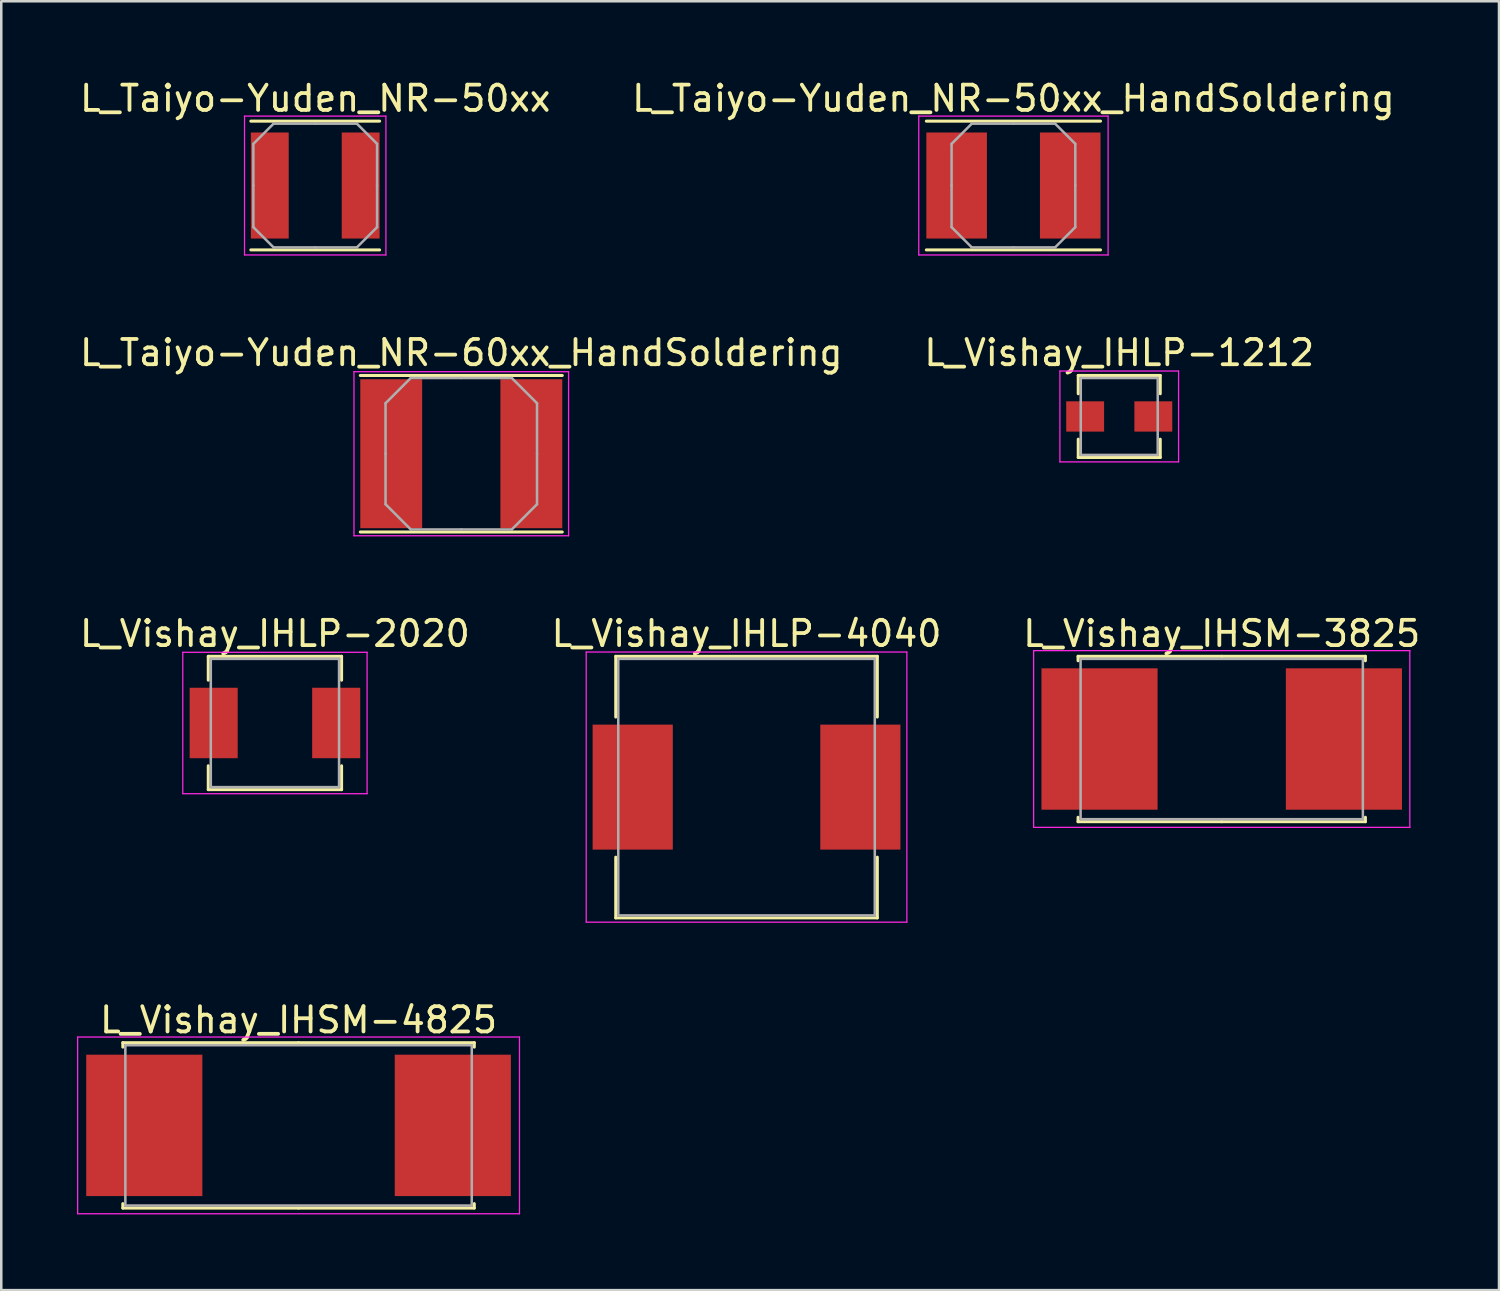
<source format=kicad_pcb>
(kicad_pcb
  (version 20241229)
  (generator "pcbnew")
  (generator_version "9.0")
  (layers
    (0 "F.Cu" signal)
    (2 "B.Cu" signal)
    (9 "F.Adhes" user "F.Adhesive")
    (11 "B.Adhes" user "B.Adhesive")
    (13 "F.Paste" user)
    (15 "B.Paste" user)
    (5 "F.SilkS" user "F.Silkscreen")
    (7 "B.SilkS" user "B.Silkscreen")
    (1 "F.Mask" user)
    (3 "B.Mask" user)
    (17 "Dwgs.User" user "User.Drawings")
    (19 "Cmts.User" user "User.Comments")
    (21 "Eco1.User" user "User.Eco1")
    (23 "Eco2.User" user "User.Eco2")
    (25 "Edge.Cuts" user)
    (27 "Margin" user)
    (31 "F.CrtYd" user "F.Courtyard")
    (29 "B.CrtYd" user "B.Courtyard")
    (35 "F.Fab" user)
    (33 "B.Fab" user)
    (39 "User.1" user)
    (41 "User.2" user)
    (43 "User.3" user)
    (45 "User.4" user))
  (footprint "L_Taiyo-Yuden_NR-50xx_HandSoldering"
    (layer "F.Cu")
    (at 37.089 4.298)
    (property "Reference" "L_Taiyo-Yuden_NR-50xx_HandSoldering" (at 0 -3.45 0) (layer "F.SilkS") (effects (font (size 1 1) (thickness 0.15))))
    (attr smd)
    (fp_line (start -3.45 -2.55) (end 3.45 -2.55) (stroke (width 0.12) (type solid)) (layer "F.SilkS"))
    (fp_line (start -3.45 2.55) (end 3.45 2.55) (stroke (width 0.12) (type solid)) (layer "F.SilkS"))
    (fp_line (start -3.75 -2.75) (end -3.75 2.75) (stroke (width 0.05) (type solid)) (layer "F.CrtYd"))
    (fp_line (start -3.75 2.75) (end 3.75 2.75) (stroke (width 0.05) (type solid)) (layer "F.CrtYd"))
    (fp_line (start 3.75 -2.75) (end -3.75 -2.75) (stroke (width 0.05) (type solid)) (layer "F.CrtYd"))
    (fp_line (start 3.75 2.75) (end 3.75 -2.75) (stroke (width 0.05) (type solid)) (layer "F.CrtYd"))
    (fp_line (start -2.45 -1.65) (end -1.65 -2.45) (stroke (width 0.1) (type solid)) (layer "F.Fab"))
    (fp_line (start -2.45 0) (end -2.45 -1.65) (stroke (width 0.1) (type solid)) (layer "F.Fab"))
    (fp_line (start -2.45 0) (end -2.45 1.65) (stroke (width 0.1) (type solid)) (layer "F.Fab"))
    (fp_line (start -2.45 1.65) (end -1.65 2.45) (stroke (width 0.1) (type solid)) (layer "F.Fab"))
    (fp_line (start -1.65 -2.45) (end 0 -2.45) (stroke (width 0.1) (type solid)) (layer "F.Fab"))
    (fp_line (start -1.65 2.45) (end 0 2.45) (stroke (width 0.1) (type solid)) (layer "F.Fab"))
    (fp_line (start 1.65 -2.45) (end 0 -2.45) (stroke (width 0.1) (type solid)) (layer "F.Fab"))
    (fp_line (start 1.65 2.45) (end 0 2.45) (stroke (width 0.1) (type solid)) (layer "F.Fab"))
    (fp_line (start 2.45 -1.65) (end 1.65 -2.45) (stroke (width 0.1) (type solid)) (layer "F.Fab"))
    (fp_line (start 2.45 0) (end 2.45 -1.65) (stroke (width 0.1) (type solid)) (layer "F.Fab"))
    (fp_line (start 2.45 0) (end 2.45 1.65) (stroke (width 0.1) (type solid)) (layer "F.Fab"))
    (fp_line (start 2.45 1.65) (end 1.65 2.45) (stroke (width 0.1) (type solid)) (layer "F.Fab"))
    (pad "1" smd rect (at -2.25 0) (size 2.4 4.2) (layers "F.Cu" "F.Mask" "F.Paste"))
    (pad "2" smd rect (at 2.25 0) (size 2.4 4.2) (layers "F.Cu" "F.Mask" "F.Paste")))
  (footprint "L_Vishay_IHSM-4825"
    (layer "F.Cu")
    (at 8.775 41.523)
    (property "Reference" "L_Vishay_IHSM-4825" (at 0 -4.175 0) (layer "F.SilkS") (effects (font (size 1 1) (thickness 0.15))))
    (attr smd)
    (fp_line (start -6.96 -3.275) (end 0 -3.275) (stroke (width 0.12) (type solid)) (layer "F.SilkS"))
    (fp_line (start -6.96 -3.1) (end -6.96 -3.275) (stroke (width 0.12) (type solid)) (layer "F.SilkS"))
    (fp_line (start -6.96 3.1) (end -6.96 3.275) (stroke (width 0.12) (type solid)) (layer "F.SilkS"))
    (fp_line (start -6.96 3.275) (end 0 3.275) (stroke (width 0.12) (type solid)) (layer "F.SilkS"))
    (fp_line (start 6.96 -3.275) (end 0 -3.275) (stroke (width 0.12) (type solid)) (layer "F.SilkS"))
    (fp_line (start 6.96 -3.1) (end 6.96 -3.275) (stroke (width 0.12) (type solid)) (layer "F.SilkS"))
    (fp_line (start 6.96 3.1) (end 6.96 3.275) (stroke (width 0.12) (type solid)) (layer "F.SilkS"))
    (fp_line (start 6.96 3.275) (end 0 3.275) (stroke (width 0.12) (type solid)) (layer "F.SilkS"))
    (fp_line (start -8.75 -3.5) (end -8.75 3.5) (stroke (width 0.05) (type solid)) (layer "F.CrtYd"))
    (fp_line (start -8.75 3.5) (end 8.75 3.5) (stroke (width 0.05) (type solid)) (layer "F.CrtYd"))
    (fp_line (start 8.75 -3.5) (end -8.75 -3.5) (stroke (width 0.05) (type solid)) (layer "F.CrtYd"))
    (fp_line (start 8.75 3.5) (end 8.75 -3.5) (stroke (width 0.05) (type solid)) (layer "F.CrtYd"))
    (fp_line (start -6.86 -3.175) (end -6.86 3.175) (stroke (width 0.1) (type solid)) (layer "F.Fab"))
    (fp_line (start -6.86 3.175) (end 6.86 3.175) (stroke (width 0.1) (type solid)) (layer "F.Fab"))
    (fp_line (start 6.86 -3.175) (end -6.86 -3.175) (stroke (width 0.1) (type solid)) (layer "F.Fab"))
    (fp_line (start 6.86 3.175) (end 6.86 -3.175) (stroke (width 0.1) (type solid)) (layer "F.Fab"))
    (pad "1" smd rect (at -6.11 0) (size 4.6 5.6) (layers "F.Cu" "F.Mask" "F.Paste"))
    (pad "2" smd rect (at 6.11 0) (size 4.6 5.6) (layers "F.Cu" "F.Mask" "F.Paste")))
  (footprint "L_Taiyo-Yuden_NR-50xx"
    (layer "F.Cu")
    (at 9.435 4.298)
    (property "Reference" "L_Taiyo-Yuden_NR-50xx" (at 0 -3.45 0) (layer "F.SilkS") (effects (font (size 1 1) (thickness 0.15))))
    (attr smd)
    (fp_line (start -2.55 -2.55) (end 2.55 -2.55) (stroke (width 0.12) (type solid)) (layer "F.SilkS"))
    (fp_line (start -2.55 2.55) (end 2.55 2.55) (stroke (width 0.12) (type solid)) (layer "F.SilkS"))
    (fp_line (start -2.8 -2.75) (end -2.8 2.75) (stroke (width 0.05) (type solid)) (layer "F.CrtYd"))
    (fp_line (start -2.8 2.75) (end 2.8 2.75) (stroke (width 0.05) (type solid)) (layer "F.CrtYd"))
    (fp_line (start 2.8 -2.75) (end -2.8 -2.75) (stroke (width 0.05) (type solid)) (layer "F.CrtYd"))
    (fp_line (start 2.8 2.75) (end 2.8 -2.75) (stroke (width 0.05) (type solid)) (layer "F.CrtYd"))
    (fp_line (start -2.45 -1.65) (end -1.65 -2.45) (stroke (width 0.1) (type solid)) (layer "F.Fab"))
    (fp_line (start -2.45 0) (end -2.45 -1.65) (stroke (width 0.1) (type solid)) (layer "F.Fab"))
    (fp_line (start -2.45 0) (end -2.45 1.65) (stroke (width 0.1) (type solid)) (layer "F.Fab"))
    (fp_line (start -2.45 1.65) (end -1.65 2.45) (stroke (width 0.1) (type solid)) (layer "F.Fab"))
    (fp_line (start -1.65 -2.45) (end 0 -2.45) (stroke (width 0.1) (type solid)) (layer "F.Fab"))
    (fp_line (start -1.65 2.45) (end 0 2.45) (stroke (width 0.1) (type solid)) (layer "F.Fab"))
    (fp_line (start 1.65 -2.45) (end 0 -2.45) (stroke (width 0.1) (type solid)) (layer "F.Fab"))
    (fp_line (start 1.65 2.45) (end 0 2.45) (stroke (width 0.1) (type solid)) (layer "F.Fab"))
    (fp_line (start 2.45 -1.65) (end 1.65 -2.45) (stroke (width 0.1) (type solid)) (layer "F.Fab"))
    (fp_line (start 2.45 0) (end 2.45 -1.65) (stroke (width 0.1) (type solid)) (layer "F.Fab"))
    (fp_line (start 2.45 0) (end 2.45 1.65) (stroke (width 0.1) (type solid)) (layer "F.Fab"))
    (fp_line (start 2.45 1.65) (end 1.65 2.45) (stroke (width 0.1) (type solid)) (layer "F.Fab"))
    (pad "1" smd rect (at -1.8 0) (size 1.5 4.2) (layers "F.Cu" "F.Mask" "F.Paste"))
    (pad "2" smd rect (at 1.8 0) (size 1.5 4.2) (layers "F.Cu" "F.Mask" "F.Paste")))
  (footprint "L_Vishay_IHLP-2020"
    (layer "F.Cu")
    (at 7.839 25.585)
    (property "Reference" "L_Vishay_IHLP-2020" (at 0 -3.54 0) (layer "F.SilkS") (effects (font (size 1 1) (thickness 0.15))))
    (attr smd)
    (fp_line (start -2.64 -2.64) (end 2.64 -2.64) (stroke (width 0.12) (type solid)) (layer "F.SilkS"))
    (fp_line (start -2.64 -1.695) (end -2.64 -2.64) (stroke (width 0.12) (type solid)) (layer "F.SilkS"))
    (fp_line (start -2.64 1.695) (end -2.64 2.64) (stroke (width 0.12) (type solid)) (layer "F.SilkS"))
    (fp_line (start -2.64 2.64) (end 2.64 2.64) (stroke (width 0.12) (type solid)) (layer "F.SilkS"))
    (fp_line (start 2.64 -2.64) (end 2.64 -1.695) (stroke (width 0.12) (type solid)) (layer "F.SilkS"))
    (fp_line (start 2.64 2.64) (end 2.64 1.695) (stroke (width 0.12) (type solid)) (layer "F.SilkS"))
    (fp_line (start -3.65 -2.8) (end -3.65 2.8) (stroke (width 0.05) (type solid)) (layer "F.CrtYd"))
    (fp_line (start -3.65 2.8) (end 3.65 2.8) (stroke (width 0.05) (type solid)) (layer "F.CrtYd"))
    (fp_line (start 3.65 -2.8) (end -3.65 -2.8) (stroke (width 0.05) (type solid)) (layer "F.CrtYd"))
    (fp_line (start 3.65 2.8) (end 3.65 -2.8) (stroke (width 0.05) (type solid)) (layer "F.CrtYd"))
    (fp_line (start -2.54 -2.54) (end -2.54 2.54) (stroke (width 0.1) (type solid)) (layer "F.Fab"))
    (fp_line (start -2.54 2.54) (end 2.54 2.54) (stroke (width 0.1) (type solid)) (layer "F.Fab"))
    (fp_line (start 2.54 -2.54) (end -2.54 -2.54) (stroke (width 0.1) (type solid)) (layer "F.Fab"))
    (fp_line (start 2.54 2.54) (end 2.54 -2.54) (stroke (width 0.1) (type solid)) (layer "F.Fab"))
    (pad "1" smd rect (at -2.426 0) (size 1.903 2.79) (layers "F.Cu" "F.Mask" "F.Paste"))
    (pad "2" smd rect (at 2.426 0) (size 1.903 2.79) (layers "F.Cu" "F.Mask" "F.Paste")))
  (footprint "L_Vishay_IHLP-4040"
    (layer "F.Cu")
    (at 26.518 28.125)
    (property "Reference" "L_Vishay_IHLP-4040" (at 0 -6.08 0) (layer "F.SilkS") (effects (font (size 1 1) (thickness 0.15))))
    (attr smd)
    (fp_line (start -5.18 -5.18) (end 5.18 -5.18) (stroke (width 0.12) (type solid)) (layer "F.SilkS"))
    (fp_line (start -5.18 -2.775) (end -5.18 -5.18) (stroke (width 0.12) (type solid)) (layer "F.SilkS"))
    (fp_line (start -5.18 2.775) (end -5.18 5.18) (stroke (width 0.12) (type solid)) (layer "F.SilkS"))
    (fp_line (start -5.18 5.18) (end 5.18 5.18) (stroke (width 0.12) (type solid)) (layer "F.SilkS"))
    (fp_line (start 5.18 -5.18) (end 5.18 -2.775) (stroke (width 0.12) (type solid)) (layer "F.SilkS"))
    (fp_line (start 5.18 5.18) (end 5.18 2.775) (stroke (width 0.12) (type solid)) (layer "F.SilkS"))
    (fp_line (start -6.35 -5.35) (end -6.35 5.35) (stroke (width 0.05) (type solid)) (layer "F.CrtYd"))
    (fp_line (start -6.35 5.35) (end 6.35 5.35) (stroke (width 0.05) (type solid)) (layer "F.CrtYd"))
    (fp_line (start 6.35 -5.35) (end -6.35 -5.35) (stroke (width 0.05) (type solid)) (layer "F.CrtYd"))
    (fp_line (start 6.35 5.35) (end 6.35 -5.35) (stroke (width 0.05) (type solid)) (layer "F.CrtYd"))
    (fp_line (start -5.08 -5.08) (end -5.08 5.08) (stroke (width 0.1) (type solid)) (layer "F.Fab"))
    (fp_line (start -5.08 5.08) (end 5.08 5.08) (stroke (width 0.1) (type solid)) (layer "F.Fab"))
    (fp_line (start 5.08 -5.08) (end -5.08 -5.08) (stroke (width 0.1) (type solid)) (layer "F.Fab"))
    (fp_line (start 5.08 5.08) (end 5.08 -5.08) (stroke (width 0.1) (type solid)) (layer "F.Fab"))
    (pad "1" smd rect (at -4.508 0) (size 3.175 4.95) (layers "F.Cu" "F.Mask" "F.Paste"))
    (pad "2" smd rect (at 4.508 0) (size 3.175 4.95) (layers "F.Cu" "F.Mask" "F.Paste")))
  (footprint "L_Taiyo-Yuden_NR-60xx_HandSoldering"
    (layer "F.Cu")
    (at 15.22 14.921)
    (property "Reference" "L_Taiyo-Yuden_NR-60xx_HandSoldering" (at 0 -4 0) (layer "F.SilkS") (effects (font (size 1 1) (thickness 0.15))))
    (attr smd)
    (fp_line (start -4 -3.1) (end 4 -3.1) (stroke (width 0.12) (type solid)) (layer "F.SilkS"))
    (fp_line (start -4 3.1) (end 4 3.1) (stroke (width 0.12) (type solid)) (layer "F.SilkS"))
    (fp_line (start -4.25 -3.25) (end -4.25 3.25) (stroke (width 0.05) (type solid)) (layer "F.CrtYd"))
    (fp_line (start -4.25 3.25) (end 4.25 3.25) (stroke (width 0.05) (type solid)) (layer "F.CrtYd"))
    (fp_line (start 4.25 -3.25) (end -4.25 -3.25) (stroke (width 0.05) (type solid)) (layer "F.CrtYd"))
    (fp_line (start 4.25 3.25) (end 4.25 -3.25) (stroke (width 0.05) (type solid)) (layer "F.CrtYd"))
    (fp_line (start -3 -2) (end -2 -3) (stroke (width 0.1) (type solid)) (layer "F.Fab"))
    (fp_line (start -3 0) (end -3 -2) (stroke (width 0.1) (type solid)) (layer "F.Fab"))
    (fp_line (start -3 0) (end -3 2) (stroke (width 0.1) (type solid)) (layer "F.Fab"))
    (fp_line (start -3 2) (end -2 3) (stroke (width 0.1) (type solid)) (layer "F.Fab"))
    (fp_line (start -2 -3) (end 0 -3) (stroke (width 0.1) (type solid)) (layer "F.Fab"))
    (fp_line (start -2 3) (end 0 3) (stroke (width 0.1) (type solid)) (layer "F.Fab"))
    (fp_line (start 2 -3) (end 0 -3) (stroke (width 0.1) (type solid)) (layer "F.Fab"))
    (fp_line (start 2 3) (end 0 3) (stroke (width 0.1) (type solid)) (layer "F.Fab"))
    (fp_line (start 3 -2) (end 2 -3) (stroke (width 0.1) (type solid)) (layer "F.Fab"))
    (fp_line (start 3 0) (end 3 -2) (stroke (width 0.1) (type solid)) (layer "F.Fab"))
    (fp_line (start 3 0) (end 3 2) (stroke (width 0.1) (type solid)) (layer "F.Fab"))
    (fp_line (start 3 2) (end 2 3) (stroke (width 0.1) (type solid)) (layer "F.Fab"))
    (pad "1" smd rect (at -2.775 0) (size 2.45 5.9) (layers "F.Cu" "F.Mask" "F.Paste"))
    (pad "2" smd rect (at 2.775 0) (size 2.45 5.9) (layers "F.Cu" "F.Mask" "F.Paste")))
  (footprint "L_Vishay_IHLP-1212"
    (layer "F.Cu")
    (at 41.28 13.445)
    (property "Reference" "L_Vishay_IHLP-1212" (at 0 -2.524 0) (layer "F.SilkS") (effects (font (size 1 1) (thickness 0.15))))
    (attr smd)
    (fp_line (start -1.624 -1.624) (end 1.624 -1.624) (stroke (width 0.12) (type solid)) (layer "F.SilkS"))
    (fp_line (start -1.624 -0.9) (end -1.624 -1.624) (stroke (width 0.12) (type solid)) (layer "F.SilkS"))
    (fp_line (start -1.624 0.9) (end -1.624 1.624) (stroke (width 0.12) (type solid)) (layer "F.SilkS"))
    (fp_line (start -1.624 1.624) (end 1.624 1.624) (stroke (width 0.12) (type solid)) (layer "F.SilkS"))
    (fp_line (start 1.624 -1.624) (end 1.624 -0.9) (stroke (width 0.12) (type solid)) (layer "F.SilkS"))
    (fp_line (start 1.624 1.624) (end 1.624 0.9) (stroke (width 0.12) (type solid)) (layer "F.SilkS"))
    (fp_line (start -2.35 -1.8) (end -2.35 1.8) (stroke (width 0.05) (type solid)) (layer "F.CrtYd"))
    (fp_line (start -2.35 1.8) (end 2.35 1.8) (stroke (width 0.05) (type solid)) (layer "F.CrtYd"))
    (fp_line (start 2.35 -1.8) (end -2.35 -1.8) (stroke (width 0.05) (type solid)) (layer "F.CrtYd"))
    (fp_line (start 2.35 1.8) (end 2.35 -1.8) (stroke (width 0.05) (type solid)) (layer "F.CrtYd"))
    (fp_line (start -1.524 -1.524) (end -1.524 1.524) (stroke (width 0.1) (type solid)) (layer "F.Fab"))
    (fp_line (start -1.524 1.524) (end 1.524 1.524) (stroke (width 0.1) (type solid)) (layer "F.Fab"))
    (fp_line (start 1.524 -1.524) (end -1.524 -1.524) (stroke (width 0.1) (type solid)) (layer "F.Fab"))
    (fp_line (start 1.524 1.524) (end 1.524 -1.524) (stroke (width 0.1) (type solid)) (layer "F.Fab"))
    (pad "1" smd rect (at -1.35 0) (size 1.5 1.2) (layers "F.Cu" "F.Mask" "F.Paste"))
    (pad "2" smd rect (at 1.35 0) (size 1.5 1.2) (layers "F.Cu" "F.Mask" "F.Paste")))
  (footprint "L_Vishay_IHSM-3825"
    (layer "F.Cu")
    (at 45.339 26.22)
    (property "Reference" "L_Vishay_IHSM-3825" (at 0 -4.175 0) (layer "F.SilkS") (effects (font (size 1 1) (thickness 0.15))))
    (attr smd)
    (fp_line (start -5.69 -3.275) (end 0 -3.275) (stroke (width 0.12) (type solid)) (layer "F.SilkS"))
    (fp_line (start -5.69 -3.1) (end -5.69 -3.275) (stroke (width 0.12) (type solid)) (layer "F.SilkS"))
    (fp_line (start -5.69 3.1) (end -5.69 3.275) (stroke (width 0.12) (type solid)) (layer "F.SilkS"))
    (fp_line (start -5.69 3.275) (end 0 3.275) (stroke (width 0.12) (type solid)) (layer "F.SilkS"))
    (fp_line (start 5.69 -3.275) (end 0 -3.275) (stroke (width 0.12) (type solid)) (layer "F.SilkS"))
    (fp_line (start 5.69 -3.1) (end 5.69 -3.275) (stroke (width 0.12) (type solid)) (layer "F.SilkS"))
    (fp_line (start 5.69 3.1) (end 5.69 3.275) (stroke (width 0.12) (type solid)) (layer "F.SilkS"))
    (fp_line (start 5.69 3.275) (end 0 3.275) (stroke (width 0.12) (type solid)) (layer "F.SilkS"))
    (fp_line (start -7.45 -3.5) (end -7.45 3.5) (stroke (width 0.05) (type solid)) (layer "F.CrtYd"))
    (fp_line (start -7.45 3.5) (end 7.45 3.5) (stroke (width 0.05) (type solid)) (layer "F.CrtYd"))
    (fp_line (start 7.45 -3.5) (end -7.45 -3.5) (stroke (width 0.05) (type solid)) (layer "F.CrtYd"))
    (fp_line (start 7.45 3.5) (end 7.45 -3.5) (stroke (width 0.05) (type solid)) (layer "F.CrtYd"))
    (fp_line (start -5.59 -3.175) (end -5.59 3.175) (stroke (width 0.1) (type solid)) (layer "F.Fab"))
    (fp_line (start -5.59 3.175) (end 5.59 3.175) (stroke (width 0.1) (type solid)) (layer "F.Fab"))
    (fp_line (start 5.59 -3.175) (end -5.59 -3.175) (stroke (width 0.1) (type solid)) (layer "F.Fab"))
    (fp_line (start 5.59 3.175) (end 5.59 -3.175) (stroke (width 0.1) (type solid)) (layer "F.Fab"))
    (pad "1" smd rect (at -4.84 0) (size 4.6 5.6) (layers "F.Cu" "F.Mask" "F.Paste"))
    (pad "2" smd rect (at 4.84 0) (size 4.6 5.6) (layers "F.Cu" "F.Mask" "F.Paste")))
  (gr_rect
    (start -3 -3)
    (end 56.321 48.048)
    (stroke (width 0.1) (type default))
    (fill no)
    (layer "Edge.Cuts")))
</source>
